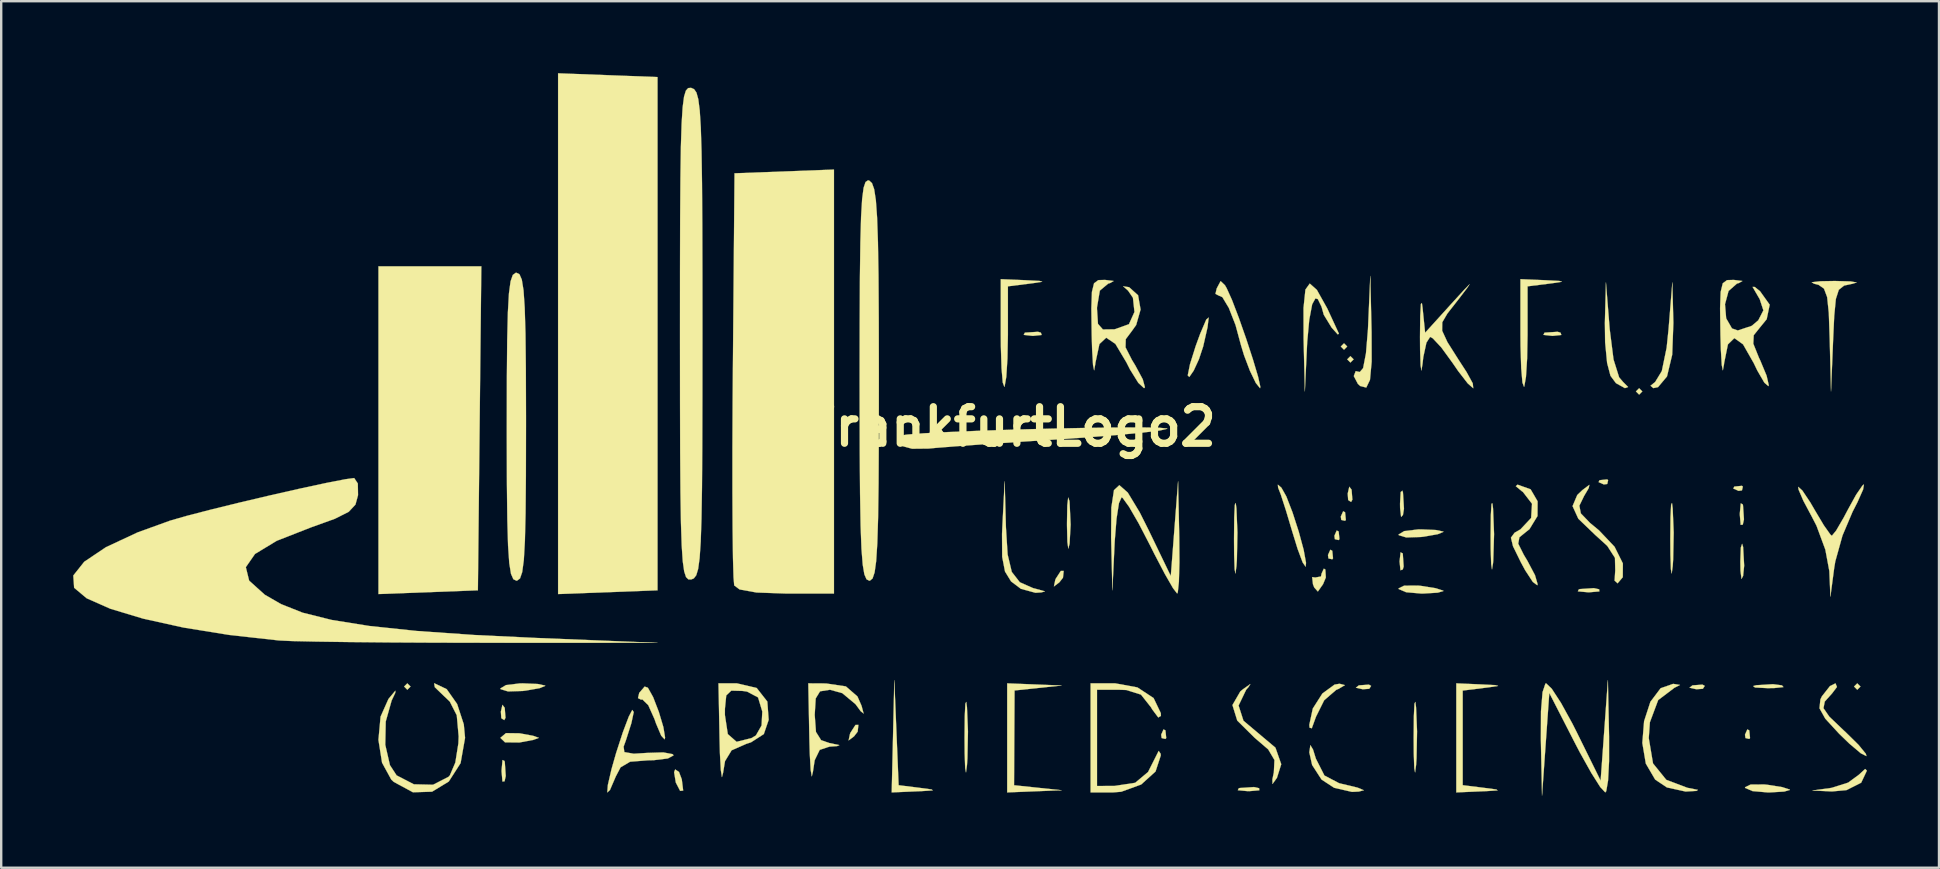
<source format=kicad_pcb>
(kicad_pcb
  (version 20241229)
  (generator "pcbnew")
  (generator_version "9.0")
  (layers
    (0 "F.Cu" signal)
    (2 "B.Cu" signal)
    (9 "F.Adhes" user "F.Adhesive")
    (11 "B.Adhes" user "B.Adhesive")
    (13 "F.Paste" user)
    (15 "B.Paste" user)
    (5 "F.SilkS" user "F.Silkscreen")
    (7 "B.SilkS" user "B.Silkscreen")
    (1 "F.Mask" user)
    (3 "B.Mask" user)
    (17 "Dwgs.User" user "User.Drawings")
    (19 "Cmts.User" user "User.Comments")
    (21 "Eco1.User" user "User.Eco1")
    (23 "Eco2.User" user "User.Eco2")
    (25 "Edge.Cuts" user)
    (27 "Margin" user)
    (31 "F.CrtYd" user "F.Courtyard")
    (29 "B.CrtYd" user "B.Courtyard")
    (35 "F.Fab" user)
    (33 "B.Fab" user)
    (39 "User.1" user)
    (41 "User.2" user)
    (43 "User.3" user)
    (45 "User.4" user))
  (footprint "FHFrankfurtLogo2"
    (layer "F.Cu")
    (at 37.587 14.733)
    (property "Reference" "FHFrankfurtLogo2" (at 0 0 0) (layer "F.SilkS") (effects (font (size 1.524 1.524) (thickness 0.3))))
    (attr through_hole)
    (fp_poly (pts (xy -23.528 10.828) (xy -23.662 10.962) (xy -23.796 10.828) (xy -23.662 10.695) (xy -23.528 10.828)) (stroke (width 0.01) (type solid)) (fill yes) (layer "F.SilkS"))
    (fp_poly (pts (xy 15.507 -3.342) (xy 15.374 -3.208) (xy 15.24 -3.342) (xy 15.374 -3.476) (xy 15.507 -3.342)) (stroke (width 0.01) (type solid)) (fill yes) (layer "F.SilkS"))
    (fp_poly (pts (xy 15.775 -2.807) (xy 15.641 -2.674) (xy 15.507 -2.807) (xy 15.641 -2.941) (xy 15.775 -2.807)) (stroke (width 0.01) (type solid)) (fill yes) (layer "F.SilkS"))
    (fp_poly (pts (xy 27.806 -1.471) (xy 27.673 -1.337) (xy 27.539 -1.471) (xy 27.673 -1.604) (xy 27.806 -1.471)) (stroke (width 0.01) (type solid)) (fill yes) (layer "F.SilkS"))
    (fp_poly (pts (xy 36.897 10.828) (xy 36.763 10.962) (xy 36.629 10.828) (xy 36.763 10.695) (xy 36.897 10.828)) (stroke (width 0.01) (type solid)) (fill yes) (layer "F.SilkS"))
    (fp_poly (pts (xy -20.65 0.067) (xy -20.721 6.818) (xy -22.793 6.896) (xy -24.865 6.974) (xy -24.865 -6.684) (xy -20.578 -6.684) (xy -20.65 0.067)) (stroke (width 0.01) (type solid)) (fill yes) (layer "F.SilkS"))
    (fp_poly (pts (xy -19.603 11.714) (xy -19.571 12.132) (xy -19.624 12.227) (xy -19.745 12.147) (xy -19.764 11.876) (xy -19.699 11.59) (xy -19.603 11.714)) (stroke (width 0.01) (type solid)) (fill yes) (layer "F.SilkS"))
    (fp_poly (pts (xy -15.307 -14.65) (xy -13.235 -14.572) (xy -13.235 6.818) (xy -15.307 6.896) (xy -17.379 6.974) (xy -17.379 -14.728) (xy -15.307 -14.65)) (stroke (width 0.01) (type solid)) (fill yes) (layer "F.SilkS"))
    (fp_poly (pts (xy 2.741 -3.92) (xy 2.774 -3.823) (xy 2.406 -3.785) (xy 2.027 -3.827) (xy 2.072 -3.92) (xy 2.62 -3.956) (xy 2.741 -3.92)) (stroke (width 0.01) (type solid)) (fill yes) (layer "F.SilkS"))
    (fp_poly (pts (xy 7.932 12.655) (xy 7.964 12.973) (xy 7.932 13.012) (xy 7.773 12.975) (xy 7.754 12.834) (xy 7.852 12.614) (xy 7.932 12.655)) (stroke (width 0.01) (type solid)) (fill yes) (layer "F.SilkS"))
    (fp_poly (pts (xy 14.884 5.169) (xy 14.916 5.486) (xy 14.884 5.526) (xy 14.725 5.489) (xy 14.705 5.347) (xy 14.803 5.127) (xy 14.884 5.169)) (stroke (width 0.01) (type solid)) (fill yes) (layer "F.SilkS"))
    (fp_poly (pts (xy 15.151 4.367) (xy 15.183 4.684) (xy 15.151 4.724) (xy 14.992 4.687) (xy 14.973 4.545) (xy 15.07 4.325) (xy 15.151 4.367)) (stroke (width 0.01) (type solid)) (fill yes) (layer "F.SilkS"))
    (fp_poly (pts (xy 15.418 3.565) (xy 15.45 3.882) (xy 15.418 3.921) (xy 15.259 3.885) (xy 15.24 3.743) (xy 15.338 3.523) (xy 15.418 3.565)) (stroke (width 0.01) (type solid)) (fill yes) (layer "F.SilkS"))
    (fp_poly (pts (xy 15.69 2.624) (xy 15.722 3.041) (xy 15.669 3.136) (xy 15.547 3.056) (xy 15.528 2.785) (xy 15.594 2.5) (xy 15.69 2.624)) (stroke (width 0.01) (type solid)) (fill yes) (layer "F.SilkS"))
    (fp_poly (pts (xy 16.504 10.801) (xy 16.425 10.922) (xy 16.154 10.941) (xy 15.868 10.876) (xy 15.992 10.779) (xy 16.41 10.748) (xy 16.504 10.801)) (stroke (width 0.01) (type solid)) (fill yes) (layer "F.SilkS"))
    (fp_poly (pts (xy 17.823 5.281) (xy 17.859 5.828) (xy 17.823 5.949) (xy 17.726 5.983) (xy 17.689 5.615) (xy 17.731 5.235) (xy 17.823 5.281)) (stroke (width 0.01) (type solid)) (fill yes) (layer "F.SilkS"))
    (fp_poly (pts (xy 24.397 -3.92) (xy 24.431 -3.823) (xy 24.063 -3.785) (xy 23.684 -3.827) (xy 23.729 -3.92) (xy 24.276 -3.956) (xy 24.397 -3.92)) (stroke (width 0.01) (type solid)) (fill yes) (layer "F.SilkS"))
    (fp_poly (pts (xy 26.38 2.228) (xy 26.344 2.387) (xy 26.202 2.406) (xy 25.982 2.308) (xy 26.024 2.228) (xy 26.341 2.196) (xy 26.38 2.228)) (stroke (width 0.01) (type solid)) (fill yes) (layer "F.SilkS"))
    (fp_poly (pts (xy 30.408 10.801) (xy 30.328 10.922) (xy 30.057 10.941) (xy 29.771 10.876) (xy 29.895 10.779) (xy 30.313 10.748) (xy 30.408 10.801)) (stroke (width 0.01) (type solid)) (fill yes) (layer "F.SilkS"))
    (fp_poly (pts (xy 31.995 2.495) (xy 31.958 2.654) (xy 31.817 2.674) (xy 31.597 2.576) (xy 31.639 2.495) (xy 31.956 2.463) (xy 31.995 2.495)) (stroke (width 0.01) (type solid)) (fill yes) (layer "F.SilkS"))
    (fp_poly (pts (xy 32.262 12.655) (xy 32.294 12.973) (xy 32.262 13.012) (xy 32.104 12.975) (xy 32.084 12.834) (xy 32.182 12.614) (xy 32.262 12.655)) (stroke (width 0.01) (type solid)) (fill yes) (layer "F.SilkS"))
    (fp_poly (pts (xy -12.34 14.389) (xy -12.224 14.695) (xy -12.166 15.163) (xy -12.293 15.177) (xy -12.474 14.827) (xy -12.544 14.398) (xy -12.5 14.282) (xy -12.34 14.389)) (stroke (width 0.01) (type solid)) (fill yes) (layer "F.SilkS"))
    (fp_poly (pts (xy -4.894 12.708) (xy -5.047 12.905) (xy -5.272 13.074) (xy -5.216 12.806) (xy -5.196 12.755) (xy -4.985 12.428) (xy -4.864 12.426) (xy -4.894 12.708)) (stroke (width 0.01) (type solid)) (fill yes) (layer "F.SilkS"))
    (fp_poly (pts (xy 3.662 6.292) (xy 3.509 6.488) (xy 3.284 6.657) (xy 3.34 6.389) (xy 3.359 6.338) (xy 3.571 6.011) (xy 3.692 6.009) (xy 3.662 6.292)) (stroke (width 0.01) (type solid)) (fill yes) (layer "F.SilkS"))
    (fp_poly (pts (xy -19.613 13.929) (xy -19.6 13.975) (xy -19.561 14.557) (xy -19.61 14.777) (xy -19.698 14.786) (xy -19.734 14.368) (xy -19.733 14.304) (xy -19.695 13.89) (xy -19.613 13.929)) (stroke (width 0.01) (type solid)) (fill yes) (layer "F.SilkS"))
    (fp_poly (pts (xy 11.836 15.065) (xy 11.845 15.152) (xy 11.426 15.188) (xy 11.363 15.188) (xy 10.948 15.149) (xy 10.988 15.068) (xy 11.034 15.055) (xy 11.616 15.016) (xy 11.836 15.065)) (stroke (width 0.01) (type solid)) (fill yes) (layer "F.SilkS"))
    (fp_poly (pts (xy 17.831 2.741) (xy 17.872 3.419) (xy 17.831 3.676) (xy 17.753 3.76) (xy 17.711 3.39) (xy 17.708 3.208) (xy 17.736 2.722) (xy 17.806 2.665) (xy 17.831 2.741)) (stroke (width 0.01) (type solid)) (fill yes) (layer "F.SilkS"))
    (fp_poly (pts (xy 26.007 6.776) (xy 26.016 6.864) (xy 25.597 6.9) (xy 25.534 6.899) (xy 25.119 6.861) (xy 25.159 6.78) (xy 25.205 6.766) (xy 25.787 6.727) (xy 26.007 6.776)) (stroke (width 0.01) (type solid)) (fill yes) (layer "F.SilkS"))
    (fp_poly (pts (xy 31.989 3.234) (xy 32.002 3.28) (xy 32.041 3.863) (xy 31.992 4.082) (xy 31.904 4.091) (xy 31.869 3.673) (xy 31.869 3.609) (xy 31.908 3.195) (xy 31.989 3.234)) (stroke (width 0.01) (type solid)) (fill yes) (layer "F.SilkS"))
    (fp_poly (pts (xy 32.006 5.013) (xy 32.05 5.792) (xy 32.006 6.216) (xy 31.939 6.343) (xy 31.897 6.007) (xy 31.89 5.615) (xy 31.911 5.036) (xy 31.964 4.878) (xy 32.006 5.013)) (stroke (width 0.01) (type solid)) (fill yes) (layer "F.SilkS"))
    (fp_poly (pts (xy 33.625 10.778) (xy 33.687 10.851) (xy 33.303 10.891) (xy 33.02 10.895) (xy 32.502 10.868) (xy 32.424 10.808) (xy 32.555 10.773) (xy 33.252 10.73) (xy 33.625 10.778)) (stroke (width 0.01) (type solid)) (fill yes) (layer "F.SilkS"))
    (fp_poly (pts (xy 37.164 14.333) (xy 36.927 14.835) (xy 36.312 15.145) (xy 35.707 15.2) (xy 34.892 15.16) (xy 35.694 15.05) (xy 36.385 14.831) (xy 36.83 14.504) (xy 37.092 14.263) (xy 37.164 14.333)) (stroke (width 0.01) (type solid)) (fill yes) (layer "F.SilkS"))
    (fp_poly (pts (xy -18.983 12.777) (xy -18.421 12.88) (xy -18.181 12.966) (xy -18.181 12.967) (xy -18.412 13.052) (xy -18.97 13.156) (xy -18.983 13.158) (xy -19.587 13.157) (xy -19.785 12.967) (xy -19.552 12.769) (xy -18.983 12.777)) (stroke (width 0.01) (type solid)) (fill yes) (layer "F.SilkS"))
    (fp_poly (pts (xy -3.277 12.751) (xy -3.187 14.94) (xy -2.329 15.047) (xy -1.806 15.118) (xy -1.767 15.157) (xy -2.234 15.187) (xy -2.473 15.197) (xy -3.476 15.24) (xy -3.421 12.901) (xy -3.367 10.561) (xy -3.277 12.751)) (stroke (width 0.01) (type solid)) (fill yes) (layer "F.SilkS"))
    (fp_poly (pts (xy 2.473 10.74) (xy 3.609 10.785) (xy 2.627 10.888) (xy 1.644 10.992) (xy 1.623 14.941) (xy 2.616 15.046) (xy 3.609 15.15) (xy 2.473 15.195) (xy 1.337 15.24) (xy 1.337 10.695) (xy 2.473 10.74)) (stroke (width 0.01) (type solid)) (fill yes) (layer "F.SilkS"))
    (fp_poly (pts (xy 3.93 3.089) (xy 3.937 3.142) (xy 3.981 4.079) (xy 3.937 4.879) (xy 3.884 5.081) (xy 3.846 4.808) (xy 3.829 4.12) (xy 3.829 4.011) (xy 3.842 3.276) (xy 3.879 2.949) (xy 3.93 3.089)) (stroke (width 0.01) (type solid)) (fill yes) (layer "F.SilkS"))
    (fp_poly (pts (xy -0.339 11.689) (xy -0.298 12.699) (xy -0.32 13.816) (xy -0.338 14.096) (xy -0.38 14.408) (xy -0.414 14.234) (xy -0.435 13.619) (xy -0.44 12.967) (xy -0.431 12.06) (xy -0.406 11.542) (xy -0.369 11.467) (xy -0.339 11.689)) (stroke (width 0.01) (type solid)) (fill yes) (layer "F.SilkS"))
    (fp_poly (pts (xy 9.686 -4.144) (xy 9.504 -3.342) (xy 9.328 -2.811) (xy 9.109 -2.337) (xy 8.926 -2.072) (xy 8.861 -2.139) (xy 8.955 -2.605) (xy 9.192 -3.361) (xy 9.381 -3.877) (xy 9.633 -4.466) (xy 9.735 -4.551) (xy 9.686 -4.144)) (stroke (width 0.01) (type solid)) (fill yes) (layer "F.SilkS"))
    (fp_poly (pts (xy 10.89 3.401) (xy 10.932 4.41) (xy 10.91 5.527) (xy 10.892 5.807) (xy 10.849 6.12) (xy 10.816 5.945) (xy 10.795 5.33) (xy 10.79 4.679) (xy 10.799 3.771) (xy 10.824 3.253) (xy 10.861 3.179) (xy 10.89 3.401)) (stroke (width 0.01) (type solid)) (fill yes) (layer "F.SilkS"))
    (fp_poly (pts (xy 14.596 5.951) (xy 14.616 6.282) (xy 14.502 6.56) (xy 14.284 6.869) (xy 14.133 6.7) (xy 14.08 6.566) (xy 14.046 6.266) (xy 14.174 6.285) (xy 14.414 6.241) (xy 14.438 6.121) (xy 14.532 5.915) (xy 14.596 5.951)) (stroke (width 0.01) (type solid)) (fill yes) (layer "F.SilkS"))
    (fp_poly (pts (xy 18.376 11.689) (xy 18.418 12.699) (xy 18.396 13.816) (xy 18.378 14.096) (xy 18.336 14.408) (xy 18.302 14.234) (xy 18.281 13.619) (xy 18.276 12.967) (xy 18.285 12.06) (xy 18.31 11.542) (xy 18.347 11.467) (xy 18.376 11.689)) (stroke (width 0.01) (type solid)) (fill yes) (layer "F.SilkS"))
    (fp_poly (pts (xy 21.585 3.409) (xy 21.627 4.474) (xy 21.594 5.569) (xy 21.585 5.682) (xy 21.541 5.948) (xy 21.507 5.732) (xy 21.486 5.086) (xy 21.483 4.545) (xy 21.493 3.678) (xy 21.52 3.21) (xy 21.559 3.195) (xy 21.585 3.409)) (stroke (width 0.01) (type solid)) (fill yes) (layer "F.SilkS"))
    (fp_poly (pts (xy 29.071 3.401) (xy 29.113 4.41) (xy 29.091 5.527) (xy 29.073 5.807) (xy 29.03 6.12) (xy 28.997 5.945) (xy 28.976 5.33) (xy 28.971 4.679) (xy 28.98 3.771) (xy 29.005 3.253) (xy 29.042 3.179) (xy 29.071 3.401)) (stroke (width 0.01) (type solid)) (fill yes) (layer "F.SilkS"))
    (fp_poly (pts (xy 29.1 -4.327) (xy 29.051 -3.001) (xy 28.834 -2.095) (xy 28.46 -1.649) (xy 28.265 -1.608) (xy 28.147 -1.707) (xy 28.341 -1.865) (xy 28.618 -2.32) (xy 28.819 -3.292) (xy 28.899 -4.067) (xy 29.057 -6.016) (xy 29.1 -4.327)) (stroke (width 0.01) (type solid)) (fill yes) (layer "F.SilkS"))
    (fp_poly (pts (xy -18.231 10.721) (xy -17.922 10.786) (xy -17.914 10.799) (xy -18.148 10.896) (xy -18.725 10.997) (xy -18.849 11.013) (xy -19.465 11.032) (xy -19.776 10.937) (xy -19.785 10.908) (xy -19.55 10.767) (xy -18.972 10.697) (xy -18.849 10.695) (xy -18.231 10.721)) (stroke (width 0.01) (type solid)) (fill yes) (layer "F.SilkS"))
    (fp_poly (pts (xy 15.412 10.769) (xy 15.139 10.93) (xy 15.05 10.966) (xy 14.547 11.4) (xy 14.206 12.086) (xy 14.031 12.568) (xy 13.938 12.541) (xy 13.927 12.425) (xy 14.073 11.744) (xy 14.472 11.119) (xy 14.98 10.747) (xy 15.188 10.712) (xy 15.412 10.769)) (stroke (width 0.01) (type solid)) (fill yes) (layer "F.SilkS"))
    (fp_poly (pts (xy 18.582 6.633) (xy 19.2 6.732) (xy 19.51 6.832) (xy 19.518 6.847) (xy 19.282 6.916) (xy 18.704 6.951) (xy 18.582 6.952) (xy 17.963 6.898) (xy 17.654 6.766) (xy 17.646 6.738) (xy 17.879 6.624) (xy 18.451 6.62) (xy 18.582 6.633)) (stroke (width 0.01) (type solid)) (fill yes) (layer "F.SilkS"))
    (fp_poly (pts (xy 19.201 4.304) (xy 19.51 4.369) (xy 19.518 4.382) (xy 19.283 4.479) (xy 18.706 4.581) (xy 18.582 4.596) (xy 17.967 4.615) (xy 17.656 4.52) (xy 17.646 4.492) (xy 17.882 4.35) (xy 18.46 4.28) (xy 18.582 4.278) (xy 19.201 4.304)) (stroke (width 0.01) (type solid)) (fill yes) (layer "F.SilkS"))
    (fp_poly (pts (xy 26.446 -4.067) (xy 26.606 -2.801) (xy 26.84 -2.057) (xy 27.004 -1.865) (xy 27.214 -1.655) (xy 27.08 -1.608) (xy 26.707 -1.815) (xy 26.479 -2.121) (xy 26.338 -2.656) (xy 26.255 -3.518) (xy 26.245 -4.327) (xy 26.289 -6.016) (xy 26.446 -4.067)) (stroke (width 0.01) (type solid)) (fill yes) (layer "F.SilkS"))
    (fp_poly (pts (xy 33.02 14.922) (xy 33.638 15.02) (xy 33.948 15.121) (xy 33.956 15.136) (xy 33.72 15.205) (xy 33.142 15.239) (xy 33.02 15.24) (xy 32.401 15.186) (xy 32.092 15.054) (xy 32.084 15.026) (xy 32.317 14.913) (xy 32.889 14.909) (xy 33.02 14.922)) (stroke (width 0.01) (type solid)) (fill yes) (layer "F.SilkS"))
    (fp_poly (pts (xy -5.882 6.952) (xy -7.896 6.952) (xy -9.107 6.91) (xy -9.816 6.782) (xy -10.039 6.615) (xy -10.068 6.273) (xy -10.091 5.464) (xy -10.106 4.255) (xy -10.114 2.712) (xy -10.114 0.904) (xy -10.105 -1.103) (xy -10.097 -2.141) (xy -10.026 -10.561) (xy -5.882 -10.717) (xy -5.882 6.952)) (stroke (width 0.01) (type solid)) (fill yes) (layer "F.SilkS"))
    (fp_poly (pts (xy 12.764 2.54) (xy 12.97 2.906) (xy 13.229 3.574) (xy 13.487 4.373) (xy 13.692 5.13) (xy 13.791 5.675) (xy 13.773 5.834) (xy 13.651 5.658) (xy 13.44 5.093) (xy 13.218 4.373) (xy 12.956 3.497) (xy 12.737 2.821) (xy 12.628 2.54) (xy 12.616 2.415) (xy 12.764 2.54)) (stroke (width 0.01) (type solid)) (fill yes) (layer "F.SilkS"))
    (fp_poly (pts (xy 14.082 13.451) (xy 14.201 13.833) (xy 14.557 14.535) (xy 15.169 14.857) (xy 15.18 14.859) (xy 15.94 15.041) (xy 16.201 15.15) (xy 15.99 15.205) (xy 15.708 15.219) (xy 14.963 15.048) (xy 14.438 14.705) (xy 14.045 14.098) (xy 13.927 13.569) (xy 13.972 13.271) (xy 14.082 13.451)) (stroke (width 0.01) (type solid)) (fill yes) (layer "F.SilkS"))
    (fp_poly (pts (xy 16.523 -3.944) (xy 16.526 -2.706) (xy 16.456 -1.952) (xy 16.301 -1.631) (xy 16.049 -1.696) (xy 15.953 -1.782) (xy 15.781 -2.11) (xy 15.861 -2.317) (xy 16.031 -2.28) (xy 16.17 -2.443) (xy 16.289 -3.06) (xy 16.371 -4.047) (xy 16.378 -4.202) (xy 16.469 -6.283) (xy 16.523 -3.944)) (stroke (width 0.01) (type solid)) (fill yes) (layer "F.SilkS"))
    (fp_poly (pts (xy 21.055 10.738) (xy 21.682 10.769) (xy 21.795 10.802) (xy 21.416 10.86) (xy 21.189 10.888) (xy 20.32 10.996) (xy 20.32 14.939) (xy 21.189 15.047) (xy 21.725 15.118) (xy 21.774 15.157) (xy 21.317 15.186) (xy 21.055 15.197) (xy 20.053 15.24) (xy 20.053 10.695) (xy 21.055 10.738)) (stroke (width 0.01) (type solid)) (fill yes) (layer "F.SilkS"))
    (fp_poly (pts (xy -13.637 10.877) (xy -13.418 11.269) (xy -13.18 11.886) (xy -12.991 12.519) (xy -12.92 12.956) (xy -12.94 13.029) (xy -13.082 12.876) (xy -13.3 12.363) (xy -13.363 12.181) (xy -13.621 11.605) (xy -13.869 11.364) (xy -13.922 11.375) (xy -14.049 11.31) (xy -13.998 11.092) (xy -13.772 10.829) (xy -13.637 10.877)) (stroke (width 0.01) (type solid)) (fill yes) (layer "F.SilkS"))
    (fp_poly (pts (xy 1.284 4.178) (xy 1.355 5.324) (xy 1.529 6.053) (xy 1.863 6.481) (xy 2.412 6.725) (xy 2.54 6.758) (xy 2.91 6.862) (xy 2.76 6.905) (xy 2.515 6.921) (xy 1.908 6.756) (xy 1.499 6.448) (xy 1.246 6.036) (xy 1.128 5.425) (xy 1.122 4.471) (xy 1.138 4.109) (xy 1.232 2.273) (xy 1.284 4.178)) (stroke (width 0.01) (type solid)) (fill yes) (layer "F.SilkS"))
    (fp_poly (pts (xy 2.072 -6.107) (xy 2.691 -6.075) (xy 2.798 -6.041) (xy 2.415 -5.982) (xy 2.221 -5.957) (xy 1.367 -5.85) (xy 1.367 -3.831) (xy 1.348 -2.844) (xy 1.3 -2.08) (xy 1.231 -1.684) (xy 1.218 -1.664) (xy 1.152 -1.841) (xy 1.101 -2.442) (xy 1.073 -3.355) (xy 1.069 -3.832) (xy 1.069 -6.149) (xy 2.072 -6.107)) (stroke (width 0.01) (type solid)) (fill yes) (layer "F.SilkS"))
    (fp_poly (pts (xy 23.729 -6.107) (xy 24.348 -6.075) (xy 24.455 -6.041) (xy 24.072 -5.982) (xy 23.877 -5.957) (xy 23.023 -5.85) (xy 23.023 -3.831) (xy 23.005 -2.844) (xy 22.957 -2.08) (xy 22.888 -1.684) (xy 22.875 -1.664) (xy 22.809 -1.841) (xy 22.758 -2.442) (xy 22.73 -3.355) (xy 22.726 -3.832) (xy 22.726 -6.149) (xy 23.729 -6.107)) (stroke (width 0.01) (type solid)) (fill yes) (layer "F.SilkS"))
    (fp_poly (pts (xy 14.243 -5.702) (xy 14.677 -4.926) (xy 15.162 -3.877) (xy 15.114 -3.846) (xy 14.859 -4.128) (xy 14.531 -4.663) (xy 14.438 -4.997) (xy 14.282 -5.319) (xy 14.182 -5.347) (xy 14.047 -5.102) (xy 13.925 -4.455) (xy 13.841 -3.54) (xy 13.834 -3.409) (xy 13.742 -1.471) (xy 13.689 -3.661) (xy 13.686 -4.948) (xy 13.766 -5.716) (xy 13.946 -5.966) (xy 14.243 -5.702)) (stroke (width 0.01) (type solid)) (fill yes) (layer "F.SilkS"))
    (fp_poly (pts (xy 36.489 -6.055) (xy 36.741 -6.011) (xy 36.573 -5.959) (xy 36.216 -5.882) (xy 35.995 -5.707) (xy 35.871 -5.323) (xy 35.803 -4.615) (xy 35.759 -3.66) (xy 35.669 -1.471) (xy 35.614 -3.658) (xy 35.577 -4.74) (xy 35.508 -5.402) (xy 35.376 -5.755) (xy 35.149 -5.913) (xy 34.958 -5.961) (xy 34.864 -6.021) (xy 35.225 -6.062) (xy 35.827 -6.073) (xy 36.489 -6.055)) (stroke (width 0.01) (type solid)) (fill yes) (layer "F.SilkS"))
    (fp_poly (pts (xy 11.399 10.844) (xy 11.296 10.962) (xy 10.98 11.619) (xy 11.184 12.254) (xy 11.765 12.743) (xy 12.516 13.375) (xy 12.758 14.065) (xy 12.579 14.633) (xy 12.394 14.889) (xy 12.389 14.695) (xy 12.45 14.401) (xy 12.475 13.889) (xy 12.214 13.448) (xy 11.652 12.966) (xy 10.924 12.246) (xy 10.724 11.6) (xy 11.053 11.031) (xy 11.163 10.941) (xy 11.472 10.722) (xy 11.399 10.844)) (stroke (width 0.01) (type solid)) (fill yes) (layer "F.SilkS"))
    (fp_poly (pts (xy 29.376 10.761) (xy 29.143 10.88) (xy 28.467 11.391) (xy 28.121 12.317) (xy 28.074 12.977) (xy 28.252 14.033) (xy 28.805 14.716) (xy 29.678 15.046) (xy 30.123 15.135) (xy 30.065 15.177) (xy 29.611 15.204) (xy 28.83 15.033) (xy 28.341 14.705) (xy 27.951 14.039) (xy 27.806 13.18) (xy 27.879 12.273) (xy 28.142 11.464) (xy 28.569 10.898) (xy 29.091 10.716) (xy 29.376 10.761)) (stroke (width 0.01) (type solid)) (fill yes) (layer "F.SilkS"))
    (fp_poly (pts (xy 35.917 10.845) (xy 35.713 11.115) (xy 35.409 11.453) (xy 35.355 11.73) (xy 35.598 12.082) (xy 36.185 12.643) (xy 36.277 12.727) (xy 36.817 13.259) (xy 37.121 13.631) (xy 37.146 13.728) (xy 36.912 13.611) (xy 36.431 13.205) (xy 36.015 12.803) (xy 35.43 12.167) (xy 35.189 11.735) (xy 35.226 11.368) (xy 35.289 11.236) (xy 35.625 10.809) (xy 35.856 10.695) (xy 35.917 10.845)) (stroke (width 0.01) (type solid)) (fill yes) (layer "F.SilkS"))
    (fp_poly (pts (xy 10.414 -5.894) (xy 10.487 -5.766) (xy 10.704 -5.286) (xy 10.99 -4.538) (xy 11.298 -3.661) (xy 11.581 -2.796) (xy 11.793 -2.083) (xy 11.887 -1.662) (xy 11.875 -1.604) (xy 11.698 -1.822) (xy 11.449 -2.339) (xy 11.207 -2.978) (xy 11.081 -3.393) (xy 10.853 -4.237) (xy 10.573 -4.952) (xy 10.304 -5.399) (xy 10.142 -5.47) (xy 10.016 -5.536) (xy 10.069 -5.764) (xy 10.232 -6.069) (xy 10.414 -5.894)) (stroke (width 0.01) (type solid)) (fill yes) (layer "F.SilkS"))
    (fp_poly (pts (xy 25.573 2.557) (xy 25.376 2.892) (xy 25.182 3.291) (xy 25.243 3.612) (xy 25.627 4.011) (xy 26.002 4.321) (xy 26.65 5.004) (xy 26.995 5.697) (xy 26.991 6.272) (xy 26.775 6.527) (xy 26.65 6.415) (xy 26.677 5.987) (xy 26.665 5.465) (xy 26.344 4.967) (xy 25.836 4.505) (xy 25.138 3.834) (xy 24.898 3.309) (xy 25.094 2.845) (xy 25.309 2.64) (xy 25.599 2.422) (xy 25.573 2.557)) (stroke (width 0.01) (type solid)) (fill yes) (layer "F.SilkS"))
    (fp_poly (pts (xy 26.42 12.901) (xy 26.42 13.944) (xy 26.378 14.747) (xy 26.302 15.19) (xy 26.261 15.24) (xy 26.053 15.018) (xy 25.678 14.425) (xy 25.201 13.571) (xy 24.991 13.168) (xy 23.929 11.096) (xy 23.626 15.374) (xy 23.577 13.034) (xy 23.582 11.862) (xy 23.648 11.061) (xy 23.767 10.706) (xy 23.798 10.695) (xy 24.031 10.919) (xy 24.419 11.515) (xy 24.891 12.372) (xy 25.068 12.722) (xy 26.068 14.75) (xy 26.22 12.655) (xy 26.371 10.561) (xy 26.42 12.901)) (stroke (width 0.01) (type solid)) (fill yes) (layer "F.SilkS"))
    (fp_poly (pts (xy -14.226 11.891) (xy -14.325 12.355) (xy -14.553 13.07) (xy -14.649 13.334) (xy -14.617 13.56) (xy -14.224 13.628) (xy -13.677 13.594) (xy -12.994 13.573) (xy -12.603 13.646) (xy -12.566 13.696) (xy -12.804 13.825) (xy -13.397 13.898) (xy -13.642 13.903) (xy -14.379 13.961) (xy -14.775 14.196) (xy -14.973 14.572) (xy -15.217 15.139) (xy -15.328 15.242) (xy -15.306 14.933) (xy -15.151 14.264) (xy -14.964 13.607) (xy -14.68 12.733) (xy -14.431 12.076) (xy -14.287 11.802) (xy -14.226 11.891)) (stroke (width 0.01) (type solid)) (fill yes) (layer "F.SilkS"))
    (fp_poly (pts (xy 23.151 2.609) (xy 23.441 3.107) (xy 23.437 3.723) (xy 23.102 4.271) (xy 23.006 4.346) (xy 22.683 4.608) (xy 22.634 4.874) (xy 22.864 5.334) (xy 23.02 5.595) (xy 23.333 6.187) (xy 23.443 6.565) (xy 23.428 6.607) (xy 23.244 6.472) (xy 22.924 5.983) (xy 22.744 5.65) (xy 22.416 4.98) (xy 22.33 4.624) (xy 22.482 4.418) (xy 22.726 4.278) (xy 23.172 3.802) (xy 23.208 3.21) (xy 22.826 2.715) (xy 22.793 2.695) (xy 22.533 2.478) (xy 22.606 2.414) (xy 23.151 2.609)) (stroke (width 0.01) (type solid)) (fill yes) (layer "F.SilkS"))
    (fp_poly (pts (xy 6.763 10.864) (xy 7.439 11.309) (xy 7.739 11.936) (xy 7.743 12.053) (xy 7.633 12.117) (xy 7.377 11.776) (xy 7.333 11.697) (xy 6.912 11.164) (xy 6.3 10.973) (xy 6.007 10.962) (xy 5.08 10.962) (xy 5.08 14.973) (xy 5.815 14.969) (xy 6.671 14.839) (xy 7.208 14.388) (xy 7.456 13.896) (xy 7.65 13.51) (xy 7.732 13.629) (xy 7.737 13.703) (xy 7.52 14.368) (xy 6.92 14.911) (xy 6.089 15.213) (xy 5.748 15.24) (xy 4.813 15.24) (xy 4.813 10.695) (xy 5.841 10.695) (xy 6.763 10.864)) (stroke (width 0.01) (type solid)) (fill yes) (layer "F.SilkS"))
    (fp_poly (pts (xy 37.007 2.616) (xy 36.769 3.151) (xy 36.568 3.543) (xy 36.147 4.537) (xy 35.848 5.612) (xy 35.803 5.882) (xy 35.644 7.085) (xy 35.599 6.016) (xy 35.432 5.12) (xy 35.064 4.126) (xy 34.882 3.772) (xy 34.517 3.087) (xy 34.316 2.619) (xy 34.303 2.505) (xy 34.474 2.658) (xy 34.803 3.15) (xy 34.995 3.479) (xy 35.373 4.113) (xy 35.644 4.495) (xy 35.705 4.545) (xy 35.882 4.33) (xy 36.198 3.787) (xy 36.362 3.476) (xy 36.716 2.834) (xy 36.979 2.452) (xy 37.041 2.406) (xy 37.007 2.616)) (stroke (width 0.01) (type solid)) (fill yes) (layer "F.SilkS"))
    (fp_poly (pts (xy -6.216 10.699) (xy -5.386 10.822) (xy -4.903 11.241) (xy -4.732 11.631) (xy -4.646 11.954) (xy -4.772 11.853) (xy -4.984 11.564) (xy -5.535 11.104) (xy -6.048 10.962) (xy -6.462 11.028) (xy -6.643 11.324) (xy -6.684 12.001) (xy -6.684 12.013) (xy -6.632 12.72) (xy -6.418 13.062) (xy -6.083 13.18) (xy -5.656 13.27) (xy -5.75 13.31) (xy -6.066 13.332) (xy -6.476 13.467) (xy -6.686 13.9) (xy -6.757 14.371) (xy -6.806 14.574) (xy -6.853 14.302) (xy -6.891 13.616) (xy -6.907 13.034) (xy -6.952 10.695) (xy -6.216 10.699)) (stroke (width 0.01) (type solid)) (fill yes) (layer "F.SilkS"))
    (fp_poly (pts (xy 7.669 0.042) (xy 8.001 0.075) (xy 8.008 0.087) (xy 7.705 0.157) (xy 6.96 0.248) (xy 5.865 0.35) (xy 4.512 0.455) (xy 3.463 0.526) (xy 1.902 0.627) (xy 0.454 0.725) (xy -0.763 0.813) (xy -1.633 0.882) (xy -1.938 0.911) (xy -2.628 0.918) (xy -3.062 0.8) (xy -3.101 0.759) (xy -3.17 0.426) (xy -3.142 0.379) (xy -2.849 0.328) (xy -2.133 0.274) (xy -1.085 0.22) (xy 0.2 0.168) (xy 1.629 0.121) (xy 3.109 0.081) (xy 4.546 0.051) (xy 5.848 0.033) (xy 6.919 0.029) (xy 7.669 0.042)) (stroke (width 0.01) (type solid)) (fill yes) (layer "F.SilkS"))
    (fp_poly (pts (xy 8.508 4.612) (xy 8.515 5.655) (xy 8.493 6.459) (xy 8.447 6.902) (xy 8.42 6.952) (xy 8.248 6.729) (xy 7.907 6.137) (xy 7.462 5.286) (xy 7.292 4.946) (xy 6.817 4.03) (xy 6.414 3.334) (xy 6.15 2.969) (xy 6.103 2.941) (xy 5.995 3.186) (xy 5.894 3.833) (xy 5.82 4.749) (xy 5.813 4.879) (xy 5.721 6.818) (xy 5.668 4.612) (xy 5.677 3.367) (xy 5.787 2.643) (xy 6.011 2.436) (xy 6.363 2.746) (xy 6.859 3.568) (xy 7.234 4.315) (xy 8.155 6.224) (xy 8.307 4.248) (xy 8.459 2.273) (xy 8.508 4.612)) (stroke (width 0.01) (type solid)) (fill yes) (layer "F.SilkS"))
    (fp_poly (pts (xy -9.102 10.889) (xy -8.659 11.454) (xy -8.603 12.216) (xy -8.805 12.809) (xy -9.338 13.152) (xy -9.545 13.22) (xy -10.148 13.486) (xy -10.423 13.939) (xy -10.503 14.423) (xy -10.551 14.603) (xy -10.597 14.312) (xy -10.635 13.612) (xy -10.65 13.034) (xy -10.669 12.014) (xy -10.427 12.014) (xy -10.306 12.81) (xy -9.94 13.131) (xy -9.327 12.979) (xy -9.136 12.867) (xy -8.899 12.45) (xy -8.869 11.869) (xy -9.046 11.281) (xy -9.505 11.039) (xy -9.692 11.011) (xy -10.16 10.999) (xy -10.371 11.199) (xy -10.426 11.752) (xy -10.427 12.014) (xy -10.669 12.014) (xy -10.695 10.695) (xy -9.925 10.695) (xy -9.102 10.889)) (stroke (width 0.01) (type solid)) (fill yes) (layer "F.SilkS"))
    (fp_poly (pts (xy -18.989 -6.355) (xy -18.891 -6.131) (xy -18.819 -5.685) (xy -18.77 -4.955) (xy -18.738 -3.884) (xy -18.722 -2.41) (xy -18.716 -0.474) (xy -18.716 0) (xy -18.72 2.041) (xy -18.734 3.608) (xy -18.762 4.759) (xy -18.807 5.556) (xy -18.874 6.057) (xy -18.966 6.324) (xy -19.087 6.414) (xy -19.117 6.417) (xy -19.244 6.355) (xy -19.342 6.131) (xy -19.414 5.685) (xy -19.464 4.955) (xy -19.495 3.884) (xy -19.512 2.41) (xy -19.518 0.474) (xy -19.518 0) (xy -19.514 -2.041) (xy -19.5 -3.608) (xy -19.472 -4.759) (xy -19.427 -5.556) (xy -19.36 -6.057) (xy -19.267 -6.324) (xy -19.146 -6.414) (xy -19.117 -6.417) (xy -18.989 -6.355)) (stroke (width 0.01) (type solid)) (fill yes) (layer "F.SilkS"))
    (fp_poly (pts (xy 20.506 -5.781) (xy 20.102 -5.253) (xy 20.08 -5.226) (xy 19.681 -4.716) (xy 19.469 -4.353) (xy 19.463 -4.002) (xy 19.682 -3.528) (xy 20.143 -2.798) (xy 20.484 -2.273) (xy 20.74 -1.806) (xy 20.759 -1.604) (xy 20.756 -1.604) (xy 20.527 -1.807) (xy 20.128 -2.324) (xy 19.887 -2.674) (xy 19.431 -3.3) (xy 19.072 -3.685) (xy 18.963 -3.743) (xy 18.809 -3.505) (xy 18.679 -2.906) (xy 18.644 -2.607) (xy 18.6 -2.34) (xy 18.565 -2.556) (xy 18.544 -3.202) (xy 18.54 -3.743) (xy 18.55 -4.622) (xy 18.578 -5.112) (xy 18.619 -5.156) (xy 18.646 -4.966) (xy 18.754 -3.916) (xy 19.827 -5.1) (xy 20.387 -5.713) (xy 20.607 -5.937) (xy 20.506 -5.781)) (stroke (width 0.01) (type solid)) (fill yes) (layer "F.SilkS"))
    (fp_poly (pts (xy -22.022 10.936) (xy -21.586 11.557) (xy -21.309 12.402) (xy -21.256 12.967) (xy -21.442 14.019) (xy -21.934 14.786) (xy -22.63 15.21) (xy -23.428 15.235) (xy -24.227 14.803) (xy -24.331 14.705) (xy -24.715 14.004) (xy -24.866 13.052) (xy -24.777 12.083) (xy -24.449 11.347) (xy -24.16 11) (xy -24.164 11.09) (xy -24.316 11.412) (xy -24.562 12.287) (xy -24.581 13.256) (xy -24.387 14.104) (xy -24.109 14.53) (xy -23.389 14.902) (xy -22.591 14.921) (xy -21.943 14.589) (xy -21.89 14.53) (xy -21.662 13.997) (xy -21.534 13.195) (xy -21.523 12.903) (xy -21.602 12.026) (xy -21.893 11.454) (xy -22.154 11.206) (xy -22.517 10.856) (xy -22.545 10.696) (xy -22.53 10.695) (xy -22.022 10.936)) (stroke (width 0.01) (type solid)) (fill yes) (layer "F.SilkS"))
    (fp_poly (pts (xy -4.412 -10.257) (xy -4.297 -10.151) (xy -4.206 -9.897) (xy -4.136 -9.439) (xy -4.085 -8.723) (xy -4.049 -7.697) (xy -4.026 -6.306) (xy -4.015 -4.495) (xy -4.011 -2.211) (xy -4.011 -1.843) (xy -4.013 0.503) (xy -4.023 2.368) (xy -4.043 3.803) (xy -4.076 4.864) (xy -4.123 5.602) (xy -4.188 6.071) (xy -4.273 6.324) (xy -4.381 6.414) (xy -4.412 6.417) (xy -4.525 6.36) (xy -4.615 6.154) (xy -4.684 5.747) (xy -4.736 5.086) (xy -4.772 4.118) (xy -4.795 2.791) (xy -4.808 1.052) (xy -4.812 -1.152) (xy -4.813 -1.997) (xy -4.81 -4.358) (xy -4.801 -6.237) (xy -4.782 -7.685) (xy -4.752 -8.753) (xy -4.708 -9.493) (xy -4.647 -9.958) (xy -4.566 -10.199) (xy -4.464 -10.268) (xy -4.412 -10.257)) (stroke (width 0.01) (type solid)) (fill yes) (layer "F.SilkS"))
    (fp_poly (pts (xy -11.831 -14.12) (xy -11.711 -14.067) (xy -11.613 -13.926) (xy -11.536 -13.648) (xy -11.476 -13.181) (xy -11.432 -12.476) (xy -11.401 -11.482) (xy -11.381 -10.15) (xy -11.369 -8.429) (xy -11.364 -6.269) (xy -11.363 -3.877) (xy -11.365 -1.273) (xy -11.37 0.845) (xy -11.382 2.53) (xy -11.403 3.83) (xy -11.435 4.796) (xy -11.481 5.478) (xy -11.542 5.926) (xy -11.621 6.19) (xy -11.721 6.321) (xy -11.831 6.366) (xy -11.95 6.362) (xy -12.047 6.267) (xy -12.124 6.032) (xy -12.184 5.608) (xy -12.228 4.947) (xy -12.259 4) (xy -12.28 2.717) (xy -12.292 1.05) (xy -12.297 -1.049) (xy -12.299 -3.63) (xy -12.299 -3.877) (xy -12.298 -6.502) (xy -12.293 -8.641) (xy -12.281 -10.343) (xy -12.262 -11.657) (xy -12.231 -12.631) (xy -12.188 -13.315) (xy -12.13 -13.757) (xy -12.054 -14.006) (xy -11.959 -14.112) (xy -11.842 -14.122) (xy -11.831 -14.12)) (stroke (width 0.01) (type solid)) (fill yes) (layer "F.SilkS"))
    (fp_poly (pts (xy 5.776 -6.073) (xy 5.624 -5.986) (xy 5.548 -5.965) (xy 5.198 -5.672) (xy 5.081 -4.982) (xy 5.08 -4.909) (xy 5.12 -4.287) (xy 5.325 -4.053) (xy 5.815 -4.06) (xy 6.411 -4.273) (xy 6.641 -4.782) (xy 6.577 -5.374) (xy 6.373 -5.672) (xy 6.169 -5.852) (xy 6.417 -5.815) (xy 6.792 -5.479) (xy 6.896 -4.884) (xy 6.712 -4.24) (xy 6.542 -4.001) (xy 6.278 -3.648) (xy 6.269 -3.308) (xy 6.535 -2.785) (xy 6.676 -2.553) (xy 6.987 -1.975) (xy 7.078 -1.641) (xy 7.04 -1.607) (xy 6.801 -1.828) (xy 6.457 -2.382) (xy 6.307 -2.677) (xy 5.845 -3.453) (xy 5.464 -3.709) (xy 5.181 -3.445) (xy 5.014 -2.663) (xy 5.008 -2.607) (xy 4.96 -2.347) (xy 4.914 -2.569) (xy 4.876 -3.218) (xy 4.859 -3.81) (xy 4.844 -4.93) (xy 4.868 -5.618) (xy 4.956 -5.977) (xy 5.133 -6.109) (xy 5.414 -6.118) (xy 5.776 -6.073)) (stroke (width 0.01) (type solid)) (fill yes) (layer "F.SilkS"))
    (fp_poly (pts (xy 31.978 -6.073) (xy 31.826 -5.986) (xy 31.75 -5.965) (xy 31.4 -5.657) (xy 31.251 -5.105) (xy 31.3 -4.516) (xy 31.542 -4.096) (xy 31.784 -4.011) (xy 32.367 -4.205) (xy 32.637 -4.433) (xy 32.851 -4.849) (xy 32.696 -5.32) (xy 32.627 -5.436) (xy 32.4 -5.827) (xy 32.489 -5.824) (xy 32.71 -5.649) (xy 33.114 -5.084) (xy 32.989 -4.481) (xy 32.713 -4.143) (xy 32.448 -3.812) (xy 32.431 -3.46) (xy 32.665 -2.878) (xy 32.724 -2.754) (xy 32.985 -2.126) (xy 33.075 -1.733) (xy 33.061 -1.69) (xy 32.892 -1.835) (xy 32.6 -2.337) (xy 32.448 -2.652) (xy 32.003 -3.433) (xy 31.641 -3.692) (xy 31.373 -3.43) (xy 31.214 -2.647) (xy 31.211 -2.607) (xy 31.162 -2.347) (xy 31.116 -2.569) (xy 31.078 -3.218) (xy 31.061 -3.81) (xy 31.046 -4.93) (xy 31.07 -5.618) (xy 31.158 -5.977) (xy 31.335 -6.109) (xy 31.616 -6.118) (xy 31.978 -6.073)) (stroke (width 0.01) (type solid)) (fill yes) (layer "F.SilkS"))
    (fp_poly (pts (xy -25.725 2.366) (xy -25.716 2.851) (xy -25.823 3.245) (xy -26.105 3.547) (xy -26.677 3.835) (xy -27.651 4.186) (xy -27.669 4.192) (xy -29.104 4.754) (xy -30.01 5.303) (xy -30.392 5.853) (xy -30.254 6.415) (xy -29.602 7.002) (xy -28.925 7.392) (xy -28.027 7.75) (xy -26.817 8.052) (xy -25.251 8.303) (xy -23.282 8.511) (xy -20.865 8.68) (xy -18.288 8.803) (xy -13.235 9.007) (xy -20.587 9.004) (xy -22.577 9) (xy -24.441 8.99) (xy -26.099 8.974) (xy -27.468 8.955) (xy -28.466 8.933) (xy -29.009 8.908) (xy -31.083 8.678) (xy -32.995 8.369) (xy -34.673 7.998) (xy -36.041 7.586) (xy -37.024 7.151) (xy -37.547 6.713) (xy -37.548 6.712) (xy -37.582 6.201) (xy -37.127 5.628) (xy -36.222 5.02) (xy -34.904 4.405) (xy -33.555 3.917) (xy -32.868 3.719) (xy -31.858 3.457) (xy -30.648 3.16) (xy -29.359 2.856) (xy -28.113 2.574) (xy -27.033 2.342) (xy -26.24 2.188) (xy -25.876 2.139) (xy -25.725 2.366)) (stroke (width 0.01) (type solid)) (fill yes) (layer "F.SilkS")))
  (gr_rect
    (start -3 -3)
    (end 77.756 33.111)
    (stroke (width 0.1) (type default))
    (fill no)
    (layer "Edge.Cuts")))
</source>
